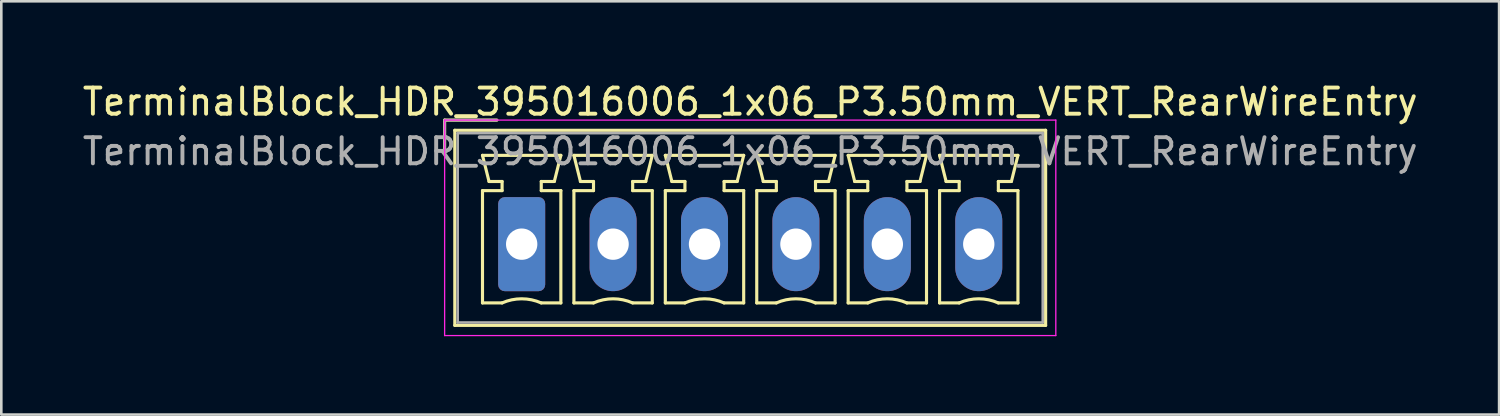
<source format=kicad_pcb>
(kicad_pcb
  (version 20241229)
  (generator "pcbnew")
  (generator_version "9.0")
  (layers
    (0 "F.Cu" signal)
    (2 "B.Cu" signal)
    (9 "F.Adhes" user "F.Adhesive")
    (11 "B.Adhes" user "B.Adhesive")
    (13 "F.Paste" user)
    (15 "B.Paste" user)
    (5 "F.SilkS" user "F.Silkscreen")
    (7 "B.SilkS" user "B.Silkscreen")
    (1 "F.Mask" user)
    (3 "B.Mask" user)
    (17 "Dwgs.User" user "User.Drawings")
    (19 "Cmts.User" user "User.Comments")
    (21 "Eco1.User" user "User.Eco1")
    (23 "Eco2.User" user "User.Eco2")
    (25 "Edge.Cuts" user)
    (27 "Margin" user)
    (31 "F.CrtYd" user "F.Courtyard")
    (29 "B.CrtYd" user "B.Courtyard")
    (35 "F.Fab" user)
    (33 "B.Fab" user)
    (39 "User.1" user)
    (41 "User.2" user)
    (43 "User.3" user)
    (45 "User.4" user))
  (footprint "TerminalBlock_HDR_395016006_1x06_P3.50mm_VERT_RearWireEntry"
    (layer "F.Cu")
    (at 16.923 6.298)
    (property "Reference" "TerminalBlock_HDR_395016006_1x06_P3.50mm_VERT_RearWireEntry" (at 8.75 -5.45 0) (layer "F.SilkS") (effects (font (size 1 1) (thickness 0.15))))
    (attr through_hole)
    (fp_line (start -2.95 -4.75) (end -0.95 -4.75) (stroke (width 0.12) (type solid)) (layer "F.SilkS"))
    (fp_line (start -2.95 -3.5) (end -2.95 -4.75) (stroke (width 0.12) (type solid)) (layer "F.SilkS"))
    (fp_line (start -2.56 -4.36) (end -2.56 3.11) (stroke (width 0.12) (type solid)) (layer "F.SilkS"))
    (fp_line (start -2.56 3.11) (end 20.06 3.11) (stroke (width 0.12) (type solid)) (layer "F.SilkS"))
    (fp_line (start -1.5 -3.4) (end 1.5 -3.4) (stroke (width 0.12) (type solid)) (layer "F.SilkS"))
    (fp_line (start -1.5 -2.05) (end -0.75 -2.05) (stroke (width 0.12) (type solid)) (layer "F.SilkS"))
    (fp_line (start -1.5 2.25) (end -1.5 -2.05) (stroke (width 0.12) (type solid)) (layer "F.SilkS"))
    (fp_line (start -1.25 -2.4) (end -1.5 -3.4) (stroke (width 0.12) (type solid)) (layer "F.SilkS"))
    (fp_line (start -0.75 -2.4) (end -1.25 -2.4) (stroke (width 0.12) (type solid)) (layer "F.SilkS"))
    (fp_line (start -0.75 -2.05) (end -0.75 -2.4) (stroke (width 0.12) (type solid)) (layer "F.SilkS"))
    (fp_line (start -0.75 2.25) (end -1.5 2.25) (stroke (width 0.12) (type solid)) (layer "F.SilkS"))
    (fp_line (start 0.75 -2.4) (end 0.75 -2.05) (stroke (width 0.12) (type solid)) (layer "F.SilkS"))
    (fp_line (start 0.75 -2.05) (end 1.5 -2.05) (stroke (width 0.12) (type solid)) (layer "F.SilkS"))
    (fp_line (start 1.25 -2.4) (end 0.75 -2.4) (stroke (width 0.12) (type solid)) (layer "F.SilkS"))
    (fp_line (start 1.5 -3.4) (end 1.25 -2.4) (stroke (width 0.12) (type solid)) (layer "F.SilkS"))
    (fp_line (start 1.5 -2.05) (end 1.5 2.25) (stroke (width 0.12) (type solid)) (layer "F.SilkS"))
    (fp_line (start 1.5 2.25) (end 0.75 2.25) (stroke (width 0.12) (type solid)) (layer "F.SilkS"))
    (fp_line (start 2 -3.4) (end 5 -3.4) (stroke (width 0.12) (type solid)) (layer "F.SilkS"))
    (fp_line (start 2 -2.05) (end 2.75 -2.05) (stroke (width 0.12) (type solid)) (layer "F.SilkS"))
    (fp_line (start 2 2.25) (end 2 -2.05) (stroke (width 0.12) (type solid)) (layer "F.SilkS"))
    (fp_line (start 2.25 -2.4) (end 2 -3.4) (stroke (width 0.12) (type solid)) (layer "F.SilkS"))
    (fp_line (start 2.75 -2.4) (end 2.25 -2.4) (stroke (width 0.12) (type solid)) (layer "F.SilkS"))
    (fp_line (start 2.75 -2.05) (end 2.75 -2.4) (stroke (width 0.12) (type solid)) (layer "F.SilkS"))
    (fp_line (start 2.75 2.25) (end 2 2.25) (stroke (width 0.12) (type solid)) (layer "F.SilkS"))
    (fp_line (start 4.25 -2.4) (end 4.25 -2.05) (stroke (width 0.12) (type solid)) (layer "F.SilkS"))
    (fp_line (start 4.25 -2.05) (end 5 -2.05) (stroke (width 0.12) (type solid)) (layer "F.SilkS"))
    (fp_line (start 4.75 -2.4) (end 4.25 -2.4) (stroke (width 0.12) (type solid)) (layer "F.SilkS"))
    (fp_line (start 5 -3.4) (end 4.75 -2.4) (stroke (width 0.12) (type solid)) (layer "F.SilkS"))
    (fp_line (start 5 -2.05) (end 5 2.25) (stroke (width 0.12) (type solid)) (layer "F.SilkS"))
    (fp_line (start 5 2.25) (end 4.25 2.25) (stroke (width 0.12) (type solid)) (layer "F.SilkS"))
    (fp_line (start 5.5 -3.4) (end 8.5 -3.4) (stroke (width 0.12) (type solid)) (layer "F.SilkS"))
    (fp_line (start 5.5 -2.05) (end 6.25 -2.05) (stroke (width 0.12) (type solid)) (layer "F.SilkS"))
    (fp_line (start 5.5 2.25) (end 5.5 -2.05) (stroke (width 0.12) (type solid)) (layer "F.SilkS"))
    (fp_line (start 5.75 -2.4) (end 5.5 -3.4) (stroke (width 0.12) (type solid)) (layer "F.SilkS"))
    (fp_line (start 6.25 -2.4) (end 5.75 -2.4) (stroke (width 0.12) (type solid)) (layer "F.SilkS"))
    (fp_line (start 6.25 -2.05) (end 6.25 -2.4) (stroke (width 0.12) (type solid)) (layer "F.SilkS"))
    (fp_line (start 6.25 2.25) (end 5.5 2.25) (stroke (width 0.12) (type solid)) (layer "F.SilkS"))
    (fp_line (start 7.75 -2.4) (end 7.75 -2.05) (stroke (width 0.12) (type solid)) (layer "F.SilkS"))
    (fp_line (start 7.75 -2.05) (end 8.5 -2.05) (stroke (width 0.12) (type solid)) (layer "F.SilkS"))
    (fp_line (start 8.25 -2.4) (end 7.75 -2.4) (stroke (width 0.12) (type solid)) (layer "F.SilkS"))
    (fp_line (start 8.5 -3.4) (end 8.25 -2.4) (stroke (width 0.12) (type solid)) (layer "F.SilkS"))
    (fp_line (start 8.5 -2.05) (end 8.5 2.25) (stroke (width 0.12) (type solid)) (layer "F.SilkS"))
    (fp_line (start 8.5 2.25) (end 7.75 2.25) (stroke (width 0.12) (type solid)) (layer "F.SilkS"))
    (fp_line (start 9 -3.4) (end 12 -3.4) (stroke (width 0.12) (type solid)) (layer "F.SilkS"))
    (fp_line (start 9 -2.05) (end 9.75 -2.05) (stroke (width 0.12) (type solid)) (layer "F.SilkS"))
    (fp_line (start 9 2.25) (end 9 -2.05) (stroke (width 0.12) (type solid)) (layer "F.SilkS"))
    (fp_line (start 9.25 -2.4) (end 9 -3.4) (stroke (width 0.12) (type solid)) (layer "F.SilkS"))
    (fp_line (start 9.75 -2.4) (end 9.25 -2.4) (stroke (width 0.12) (type solid)) (layer "F.SilkS"))
    (fp_line (start 9.75 -2.05) (end 9.75 -2.4) (stroke (width 0.12) (type solid)) (layer "F.SilkS"))
    (fp_line (start 9.75 2.25) (end 9 2.25) (stroke (width 0.12) (type solid)) (layer "F.SilkS"))
    (fp_line (start 11.25 -2.4) (end 11.25 -2.05) (stroke (width 0.12) (type solid)) (layer "F.SilkS"))
    (fp_line (start 11.25 -2.05) (end 12 -2.05) (stroke (width 0.12) (type solid)) (layer "F.SilkS"))
    (fp_line (start 11.75 -2.4) (end 11.25 -2.4) (stroke (width 0.12) (type solid)) (layer "F.SilkS"))
    (fp_line (start 12 -3.4) (end 11.75 -2.4) (stroke (width 0.12) (type solid)) (layer "F.SilkS"))
    (fp_line (start 12 -2.05) (end 12 2.25) (stroke (width 0.12) (type solid)) (layer "F.SilkS"))
    (fp_line (start 12 2.25) (end 11.25 2.25) (stroke (width 0.12) (type solid)) (layer "F.SilkS"))
    (fp_line (start 12.5 -3.4) (end 15.5 -3.4) (stroke (width 0.12) (type solid)) (layer "F.SilkS"))
    (fp_line (start 12.5 -2.05) (end 13.25 -2.05) (stroke (width 0.12) (type solid)) (layer "F.SilkS"))
    (fp_line (start 12.5 2.25) (end 12.5 -2.05) (stroke (width 0.12) (type solid)) (layer "F.SilkS"))
    (fp_line (start 12.75 -2.4) (end 12.5 -3.4) (stroke (width 0.12) (type solid)) (layer "F.SilkS"))
    (fp_line (start 13.25 -2.4) (end 12.75 -2.4) (stroke (width 0.12) (type solid)) (layer "F.SilkS"))
    (fp_line (start 13.25 -2.05) (end 13.25 -2.4) (stroke (width 0.12) (type solid)) (layer "F.SilkS"))
    (fp_line (start 13.25 2.25) (end 12.5 2.25) (stroke (width 0.12) (type solid)) (layer "F.SilkS"))
    (fp_line (start 14.75 -2.4) (end 14.75 -2.05) (stroke (width 0.12) (type solid)) (layer "F.SilkS"))
    (fp_line (start 14.75 -2.05) (end 15.5 -2.05) (stroke (width 0.12) (type solid)) (layer "F.SilkS"))
    (fp_line (start 15.25 -2.4) (end 14.75 -2.4) (stroke (width 0.12) (type solid)) (layer "F.SilkS"))
    (fp_line (start 15.5 -3.4) (end 15.25 -2.4) (stroke (width 0.12) (type solid)) (layer "F.SilkS"))
    (fp_line (start 15.5 -2.05) (end 15.5 2.25) (stroke (width 0.12) (type solid)) (layer "F.SilkS"))
    (fp_line (start 15.5 2.25) (end 14.75 2.25) (stroke (width 0.12) (type solid)) (layer "F.SilkS"))
    (fp_line (start 16 -3.4) (end 19 -3.4) (stroke (width 0.12) (type solid)) (layer "F.SilkS"))
    (fp_line (start 16 -2.05) (end 16.75 -2.05) (stroke (width 0.12) (type solid)) (layer "F.SilkS"))
    (fp_line (start 16 2.25) (end 16 -2.05) (stroke (width 0.12) (type solid)) (layer "F.SilkS"))
    (fp_line (start 16.25 -2.4) (end 16 -3.4) (stroke (width 0.12) (type solid)) (layer "F.SilkS"))
    (fp_line (start 16.75 -2.4) (end 16.25 -2.4) (stroke (width 0.12) (type solid)) (layer "F.SilkS"))
    (fp_line (start 16.75 -2.05) (end 16.75 -2.4) (stroke (width 0.12) (type solid)) (layer "F.SilkS"))
    (fp_line (start 16.75 2.25) (end 16 2.25) (stroke (width 0.12) (type solid)) (layer "F.SilkS"))
    (fp_line (start 18.25 -2.4) (end 18.25 -2.05) (stroke (width 0.12) (type solid)) (layer "F.SilkS"))
    (fp_line (start 18.25 -2.05) (end 19 -2.05) (stroke (width 0.12) (type solid)) (layer "F.SilkS"))
    (fp_line (start 18.75 -2.4) (end 18.25 -2.4) (stroke (width 0.12) (type solid)) (layer "F.SilkS"))
    (fp_line (start 19 -3.4) (end 18.75 -2.4) (stroke (width 0.12) (type solid)) (layer "F.SilkS"))
    (fp_line (start 19 -2.05) (end 19 2.25) (stroke (width 0.12) (type solid)) (layer "F.SilkS"))
    (fp_line (start 19 2.25) (end 18.25 2.25) (stroke (width 0.12) (type solid)) (layer "F.SilkS"))
    (fp_line (start 20.06 -4.36) (end -2.56 -4.36) (stroke (width 0.12) (type solid)) (layer "F.SilkS"))
    (fp_line (start 20.06 3.11) (end 20.06 -4.36) (stroke (width 0.12) (type solid)) (layer "F.SilkS"))
    (fp_arc (start -0.75 2.25) (mid -0.000193 2.09191) (end 0.749647 2.249844) (stroke (width 0.12) (type solid)) (layer "F.SilkS"))
    (fp_arc (start 2.75 2.25) (mid 3.499807 2.09191) (end 4.249647 2.249844) (stroke (width 0.12) (type solid)) (layer "F.SilkS"))
    (fp_arc (start 6.25 2.25) (mid 6.999807 2.09191) (end 7.749647 2.249844) (stroke (width 0.12) (type solid)) (layer "F.SilkS"))
    (fp_arc (start 9.75 2.25) (mid 10.499807 2.09191) (end 11.249647 2.249844) (stroke (width 0.12) (type solid)) (layer "F.SilkS"))
    (fp_arc (start 13.25 2.25) (mid 13.999807 2.09191) (end 14.749647 2.249844) (stroke (width 0.12) (type solid)) (layer "F.SilkS"))
    (fp_arc (start 16.75 2.25) (mid 17.499807 2.09191) (end 18.249647 2.249844) (stroke (width 0.12) (type solid)) (layer "F.SilkS"))
    (fp_line (start -2.95 -4.75) (end -2.95 3.5) (stroke (width 0.05) (type solid)) (layer "F.CrtYd"))
    (fp_line (start -2.95 3.5) (end 20.45 3.5) (stroke (width 0.05) (type solid)) (layer "F.CrtYd"))
    (fp_line (start 20.45 -4.75) (end -2.95 -4.75) (stroke (width 0.05) (type solid)) (layer "F.CrtYd"))
    (fp_line (start 20.45 3.5) (end 20.45 -4.75) (stroke (width 0.05) (type solid)) (layer "F.CrtYd"))
    (fp_line (start -2.95 -4.75) (end -0.95 -4.75) (stroke (width 0.1) (type solid)) (layer "F.Fab"))
    (fp_line (start -2.95 -3.5) (end -2.95 -4.75) (stroke (width 0.1) (type solid)) (layer "F.Fab"))
    (fp_line (start -2.45 -4.25) (end -2.45 3) (stroke (width 0.1) (type solid)) (layer "F.Fab"))
    (fp_line (start -2.45 3) (end 19.95 3) (stroke (width 0.1) (type solid)) (layer "F.Fab"))
    (fp_line (start 19.95 -4.25) (end -2.45 -4.25) (stroke (width 0.1) (type solid)) (layer "F.Fab"))
    (fp_line (start 19.95 3) (end 19.95 -4.25) (stroke (width 0.1) (type solid)) (layer "F.Fab"))
    (fp_text user "${REFERENCE}" (at 8.75 -3.55 0) (layer "F.Fab") (effects (font (size 1 1) (thickness 0.15))))
    (pad "1" thru_hole roundrect (at 0 0) (size 1.8 3.6) (drill 1.2) (layers "*.Cu" "*.Mask") (roundrect_rratio 0.139))
    (pad "2" thru_hole oval (at 3.5 0) (size 1.8 3.6) (drill 1.2) (layers "*.Cu" "*.Mask"))
    (pad "3" thru_hole oval (at 7 0) (size 1.8 3.6) (drill 1.2) (layers "*.Cu" "*.Mask"))
    (pad "4" thru_hole oval (at 10.5 0) (size 1.8 3.6) (drill 1.2) (layers "*.Cu" "*.Mask"))
    (pad "5" thru_hole oval (at 14 0) (size 1.8 3.6) (drill 1.2) (layers "*.Cu" "*.Mask"))
    (pad "6" thru_hole oval (at 17.5 0) (size 1.8 3.6) (drill 1.2) (layers "*.Cu" "*.Mask")))
  (gr_rect
    (start -3 -3)
    (end 54.345 12.823)
    (stroke (width 0.1) (type default))
    (fill no)
    (layer "Edge.Cuts")))
</source>
